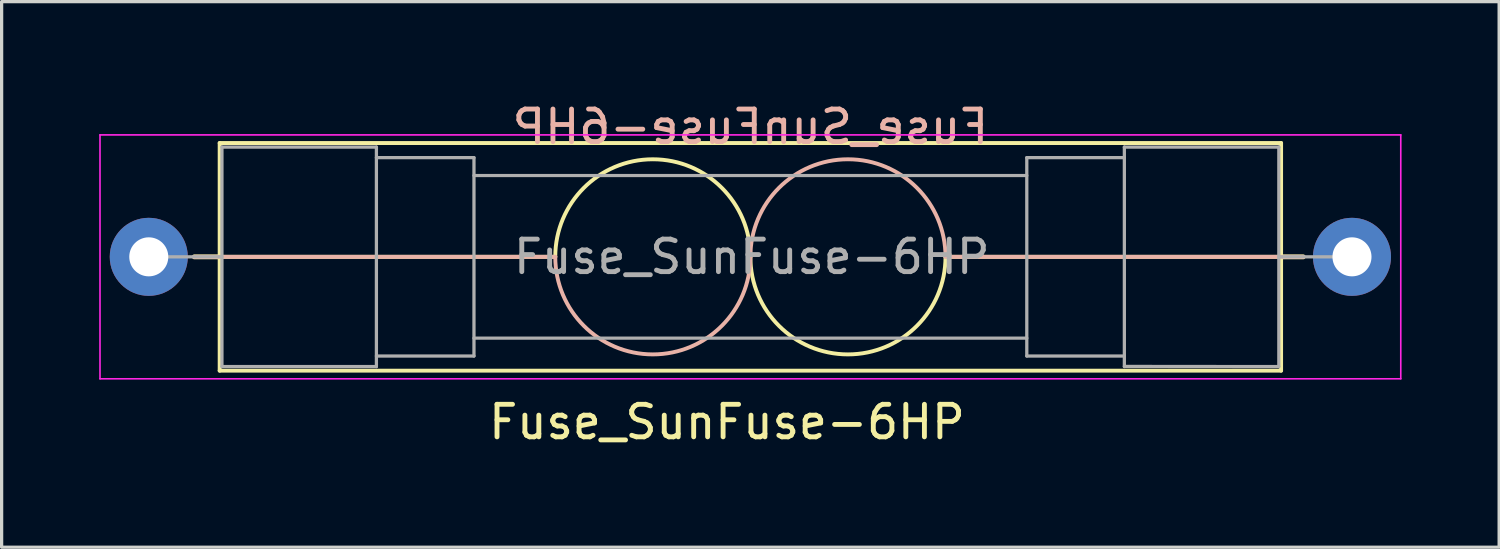
<source format=kicad_pcb>
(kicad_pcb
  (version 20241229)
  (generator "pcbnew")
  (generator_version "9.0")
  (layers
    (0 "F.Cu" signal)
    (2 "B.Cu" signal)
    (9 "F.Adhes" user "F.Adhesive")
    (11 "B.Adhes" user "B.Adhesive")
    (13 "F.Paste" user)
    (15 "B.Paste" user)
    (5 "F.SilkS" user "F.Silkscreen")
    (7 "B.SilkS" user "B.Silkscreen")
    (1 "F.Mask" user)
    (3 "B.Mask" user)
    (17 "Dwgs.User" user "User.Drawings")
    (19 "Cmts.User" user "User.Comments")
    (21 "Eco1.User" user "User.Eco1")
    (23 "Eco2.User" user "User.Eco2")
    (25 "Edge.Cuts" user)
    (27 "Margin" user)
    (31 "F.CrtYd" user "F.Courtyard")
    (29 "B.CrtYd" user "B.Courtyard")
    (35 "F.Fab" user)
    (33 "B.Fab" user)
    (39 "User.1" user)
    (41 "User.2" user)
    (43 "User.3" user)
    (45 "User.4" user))
  (footprint "Fuse_SunFuse-6HP"
    (layer "F.Cu")
    (at 1.525 4.848)
    (property "Reference" "Fuse_SunFuse-6HP" (at 17.78 5.08 0) (layer "F.SilkS") (effects (font (size 1 1) (thickness 0.15))))
    (fp_line (start 1.4 0) (end 2.18 0) (stroke (width 0.15) (type solid)) (layer "F.SilkS"))
    (fp_line (start 2.18 -3.5) (end 2.18 3.5) (stroke (width 0.12) (type solid)) (layer "F.SilkS"))
    (fp_line (start 2.18 -3.5) (end 34.82 -3.5) (stroke (width 0.12) (type solid)) (layer "F.SilkS"))
    (fp_line (start 2.18 3.5) (end 34.82 3.5) (stroke (width 0.12) (type solid)) (layer "F.SilkS"))
    (fp_line (start 12.5 0) (end 2.18 0) (stroke (width 0.12) (type solid)) (layer "F.SilkS"))
    (fp_line (start 24.5 0) (end 34.82 0) (stroke (width 0.12) (type solid)) (layer "F.SilkS"))
    (fp_line (start 34.82 0) (end 35.5 0) (stroke (width 0.15) (type solid)) (layer "F.SilkS"))
    (fp_line (start 34.82 3.5) (end 34.82 -3.5) (stroke (width 0.12) (type solid)) (layer "F.SilkS"))
    (fp_arc (start 12.5 0) (mid 15.5 -3) (end 18.5 0) (stroke (width 0.12) (type solid)) (layer "F.SilkS"))
    (fp_arc (start 24.5 0) (mid 21.5 3) (end 18.5 0) (stroke (width 0.12) (type solid)) (layer "F.SilkS"))
    (fp_line (start 12.5 0) (end 1.4 0) (stroke (width 0.12) (type solid)) (layer "B.SilkS"))
    (fp_line (start 24.5 0) (end 35.5 0) (stroke (width 0.12) (type solid)) (layer "B.SilkS"))
    (fp_arc (start 18.5 0) (mid 15.5 3) (end 12.5 0) (stroke (width 0.12) (type solid)) (layer "B.SilkS"))
    (fp_arc (start 18.5 0) (mid 21.5 -3) (end 24.5 0) (stroke (width 0.12) (type solid)) (layer "B.SilkS"))
    (fp_line (start -1.5 -3.75) (end -1.5 3.75) (stroke (width 0.05) (type solid)) (layer "F.CrtYd"))
    (fp_line (start -1.5 -3.75) (end 38.5 -3.75) (stroke (width 0.05) (type solid)) (layer "F.CrtYd"))
    (fp_line (start -1.5 3.75) (end 38.5 3.75) (stroke (width 0.05) (type solid)) (layer "F.CrtYd"))
    (fp_line (start 38.5 3.75) (end 38.5 -3.75) (stroke (width 0.05) (type solid)) (layer "F.CrtYd"))
    (fp_line (start 0 0) (end 2.25 0) (stroke (width 0.1) (type solid)) (layer "F.Fab"))
    (fp_line (start 2.25 -3.375) (end 2.25 3.375) (stroke (width 0.1) (type solid)) (layer "F.Fab"))
    (fp_line (start 2.25 -3.375) (end 7 -3.375) (stroke (width 0.1) (type solid)) (layer "F.Fab"))
    (fp_line (start 2.25 3.375) (end 7 3.375) (stroke (width 0.1) (type solid)) (layer "F.Fab"))
    (fp_line (start 7 -3.375) (end 7 3.375) (stroke (width 0.1) (type solid)) (layer "F.Fab"))
    (fp_line (start 7 -3.05) (end 10 -3.05) (stroke (width 0.1) (type solid)) (layer "F.Fab"))
    (fp_line (start 7 3.05) (end 10 3.05) (stroke (width 0.1) (type solid)) (layer "F.Fab"))
    (fp_line (start 10 -2.5) (end 27 -2.5) (stroke (width 0.1) (type solid)) (layer "F.Fab"))
    (fp_line (start 10 2.5) (end 27 2.5) (stroke (width 0.1) (type solid)) (layer "F.Fab"))
    (fp_line (start 10 3.05) (end 10 -3.05) (stroke (width 0.1) (type solid)) (layer "F.Fab"))
    (fp_line (start 27 -3.05) (end 30 -3.05) (stroke (width 0.1) (type solid)) (layer "F.Fab"))
    (fp_line (start 27 3.05) (end 27 -3.05) (stroke (width 0.1) (type solid)) (layer "F.Fab"))
    (fp_line (start 27 3.05) (end 30 3.05) (stroke (width 0.1) (type solid)) (layer "F.Fab"))
    (fp_line (start 30 -3.375) (end 30 3.375) (stroke (width 0.1) (type solid)) (layer "F.Fab"))
    (fp_line (start 30 -3.375) (end 34.75 -3.375) (stroke (width 0.1) (type solid)) (layer "F.Fab"))
    (fp_line (start 30 3.37) (end 34.75 3.375) (stroke (width 0.1) (type solid)) (layer "F.Fab"))
    (fp_line (start 34.75 -3.375) (end 34.75 3.375) (stroke (width 0.1) (type solid)) (layer "F.Fab"))
    (fp_line (start 34.75 0) (end 37 0) (stroke (width 0.1) (type solid)) (layer "F.Fab"))
    (fp_text user "${REFERENCE}" (at 18.5 -4 0) (layer "B.SilkS") (effects (font (size 1 1) (thickness 0.15)) (justify mirror)))
    (fp_text user "${REFERENCE}" (at 18.542 0 0) (layer "F.Fab") (effects (font (size 1 1) (thickness 0.15))))
    (pad "1" thru_hole circle (at 0 0) (size 2.4 2.4) (drill 1.2) (layers "*.Cu" "*.Mask"))
    (pad "2" thru_hole circle (at 37 0) (size 2.4 2.4) (drill 1.2) (layers "*.Cu" "*.Mask")))
  (gr_rect
    (start -3 -3)
    (end 43.05 13.777)
    (stroke (width 0.1) (type default))
    (fill no)
    (layer "Edge.Cuts")))
</source>
